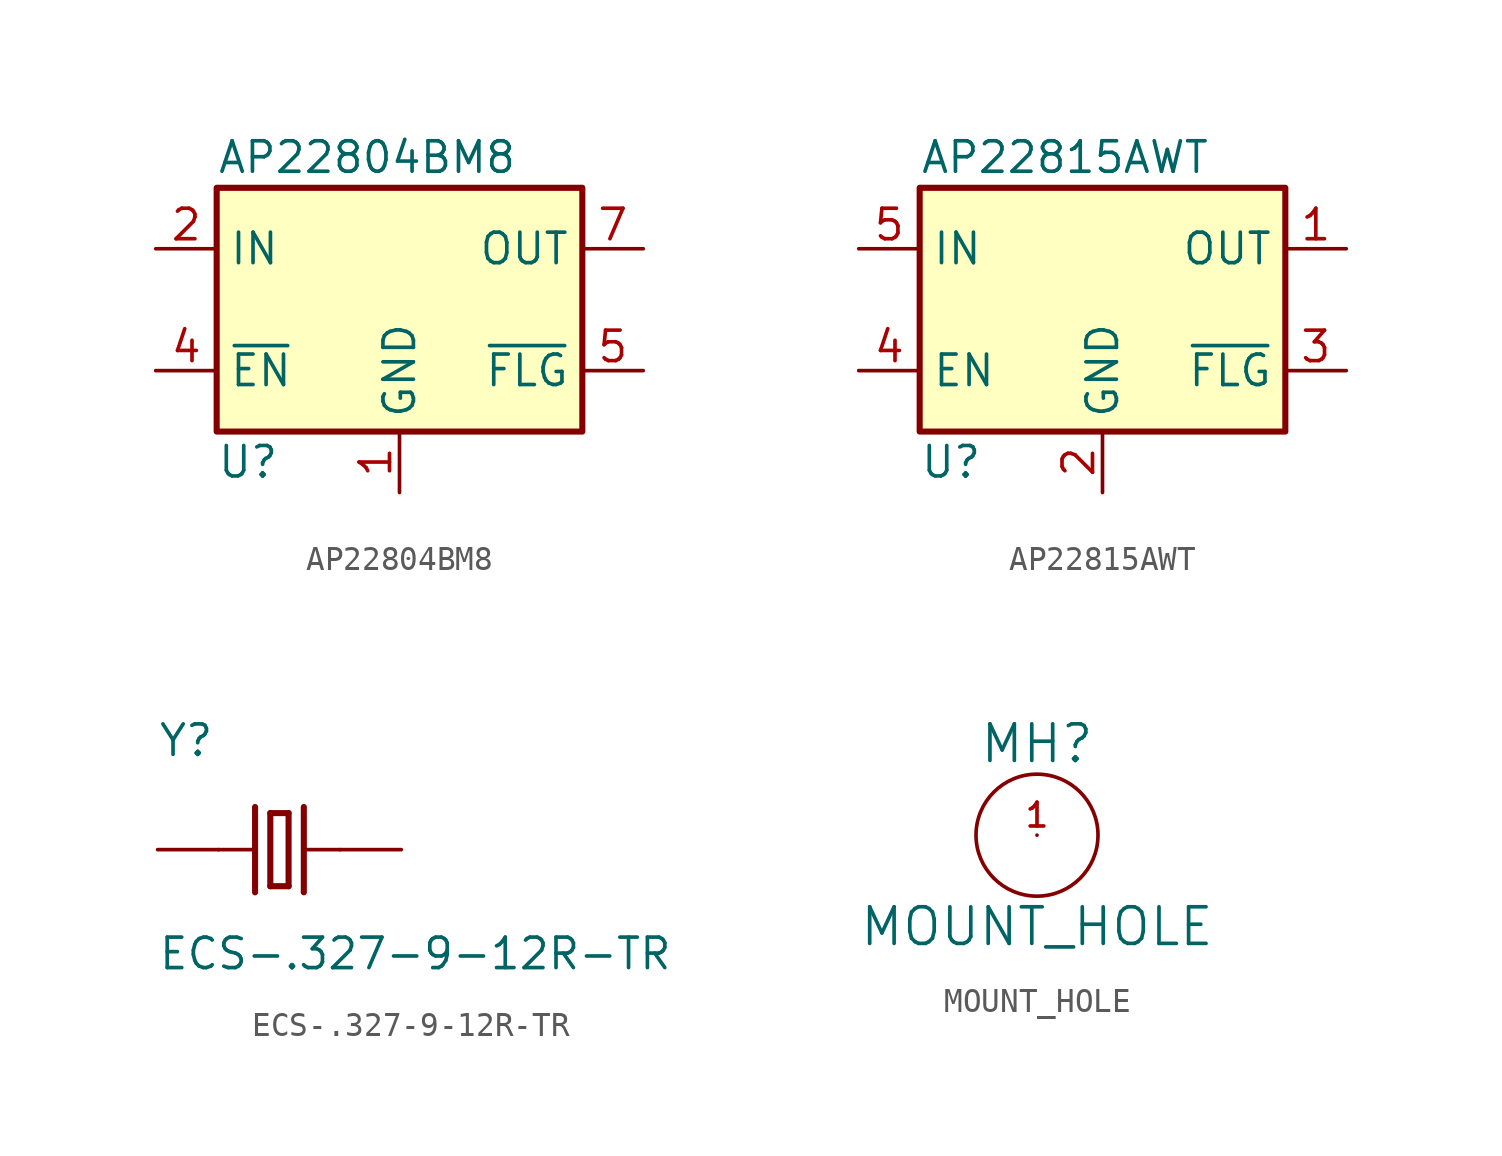
<source format=kicad_sym>
(kicad_symbol_lib
  (version 20211014)
  (generator kicad_symbol_editor)
  (symbol "AP22804BM8"
    (property "Reference" "U"
      (at -7.62 -6.35 0)
      (effects (font (size 1.27 1.27)) (justify left)))
    (property "Value" "AP22804BM8"
      (at -7.62 6.35 0)
      (effects (font (size 1.27 1.27)) (justify left)))
    (symbol "AP22804BM8_0_1"
      (rectangle (start -7.62 5.08) (end 7.62 -5.08) (stroke (width 0.254) (type default) (color 0 0 0 0)) (fill (type background))))
    (symbol "AP22804BM8_1_1"
      (pin power_in line (at 0 -7.62 90) (length 2.54) (name "GND" (effects (font (size 1.27 1.27)))) (number "1" (effects (font (size 1.27 1.27)))))
      (pin power_in line (at -10.16 2.54 0) (length 2.54) (name "IN" (effects (font (size 1.27 1.27)))) (number "2" (effects (font (size 1.27 1.27)))))
      (pin power_in line (at -10.16 2.54 0) (length 2.54) hide (name "IN" (effects (font (size 1.27 1.27)))) (number "3" (effects (font (size 1.27 1.27)))))
      (pin input line (at -10.16 -2.54 0) (length 2.54) (name "~{EN}" (effects (font (size 1.27 1.27)))) (number "4" (effects (font (size 1.27 1.27)))))
      (pin open_collector line (at 10.16 -2.54 180) (length 2.54) (name "~{FLG}" (effects (font (size 1.27 1.27)))) (number "5" (effects (font (size 1.27 1.27)))))
      (pin power_out line (at 10.16 2.54 180) (length 2.54) hide (name "OUT" (effects (font (size 1.27 1.27)))) (number "6" (effects (font (size 1.27 1.27)))))
      (pin power_out line (at 10.16 2.54 180) (length 2.54) (name "OUT" (effects (font (size 1.27 1.27)))) (number "7" (effects (font (size 1.27 1.27)))))))
  (symbol "AP22815AWT"
    (property "Reference" "U"
      (at -7.62 -6.35 0)
      (effects (font (size 1.27 1.27)) (justify left)))
    (property "Value" "AP22815AWT"
      (at -7.62 6.35 0)
      (effects (font (size 1.27 1.27)) (justify left)))
    (symbol "AP22815AWT_0_1"
      (rectangle (start -7.62 5.08) (end 7.62 -5.08) (stroke (width 0.254) (type default) (color 0 0 0 0)) (fill (type background))))
    (symbol "AP22815AWT_1_1"
      (pin power_out line (at 10.16 2.54 180) (length 2.54) (name "OUT" (effects (font (size 1.27 1.27)))) (number "1" (effects (font (size 1.27 1.27)))))
      (pin power_in line (at 0 -7.62 90) (length 2.54) (name "GND" (effects (font (size 1.27 1.27)))) (number "2" (effects (font (size 1.27 1.27)))))
      (pin open_collector line (at 10.16 -2.54 180) (length 2.54) (name "~{FLG}" (effects (font (size 1.27 1.27)))) (number "3" (effects (font (size 1.27 1.27)))))
      (pin input line (at -10.16 -2.54 0) (length 2.54) (name "EN" (effects (font (size 1.27 1.27)))) (number "4" (effects (font (size 1.27 1.27)))))
      (pin power_in line (at -10.16 2.54 0) (length 2.54) (name "IN" (effects (font (size 1.27 1.27)))) (number "5" (effects (font (size 1.27 1.27)))))))
  (symbol "ECS-.327-9-12R-TR"
    (pin_numbers hide)
    (pin_names
      (offset 1.016) hide)
    (property "Reference" "Y"
      (at -5.08 3.81 0)
      (effects (font (size 1.27 1.27)) (justify left bottom)))
    (property "Value" "ECS-.327-9-12R-TR"
      (at -5.08 -5.08 0)
      (effects (font (size 1.27 1.27)) (justify left bottom)))
    (property "ki_locked" ""
      (at 0 0 0)
      (effects (font (size 1.27 1.27))))
    (symbol "ECS-.327-9-12R-TR_0_0"
      (polyline (pts (xy -2.54 0) (xy -1.016 0)) (stroke (width 0.152) (type default) (color 0 0 0 0)) (fill (type none)))
      (polyline (pts (xy -1.016 1.778) (xy -1.016 -1.778)) (stroke (width 0.254) (type default) (color 0 0 0 0)) (fill (type none)))
      (polyline (pts (xy -0.381 -1.524) (xy 0.381 -1.524)) (stroke (width 0.254) (type default) (color 0 0 0 0)) (fill (type none)))
      (polyline (pts (xy -0.381 1.524) (xy -0.381 -1.524)) (stroke (width 0.254) (type default) (color 0 0 0 0)) (fill (type none)))
      (polyline (pts (xy 0.381 -1.524) (xy 0.381 1.524)) (stroke (width 0.254) (type default) (color 0 0 0 0)) (fill (type none)))
      (polyline (pts (xy 0.381 1.524) (xy -0.381 1.524)) (stroke (width 0.254) (type default) (color 0 0 0 0)) (fill (type none)))
      (polyline (pts (xy 1.016 0) (xy 2.54 0)) (stroke (width 0.152) (type default) (color 0 0 0 0)) (fill (type none)))
      (polyline (pts (xy 1.016 1.778) (xy 1.016 -1.778)) (stroke (width 0.254) (type default) (color 0 0 0 0)) (fill (type none)))
      (pin passive line (at -5.08 0 0) (length 2.54) (name "~" (effects (font (size 1.016 1.016)))) (number "1" (effects (font (size 1.016 1.016)))))
      (pin passive line (at 5.08 0 180) (length 2.54) (name "~" (effects (font (size 1.016 1.016)))) (number "2" (effects (font (size 1.016 1.016)))))))
  (symbol "MOUNT_HOLE"
    (pin_names
      (offset 1.016))
    (property "Reference" "MH"
      (at 0 3.81 0)
      (effects (font (size 1.524 1.524))))
    (property "Value" "MOUNT_HOLE"
      (at 0 -3.81 0)
      (effects (font (size 1.524 1.524))))
    (property "Footprint" ""
      (at 0 0 0)
      (effects (font (size 1.524 1.524))))
    (property "Datasheet" ""
      (at 0 0 0)
      (effects (font (size 1.524 1.524))))
    (symbol "MOUNT_HOLE_0_1"
      (circle (center 0 0) (radius 2.54) (stroke (width 0) (type default) (color 0 0 0 0)) (fill (type none))))
    (symbol "MOUNT_HOLE_1_1"
      (pin bidirectional line (at 0 0 0) (length 0) (name "~" (effects (font (size 1.27 1.27)))) (number "1" (effects (font (size 0.991 0.991))))))))
</source>
